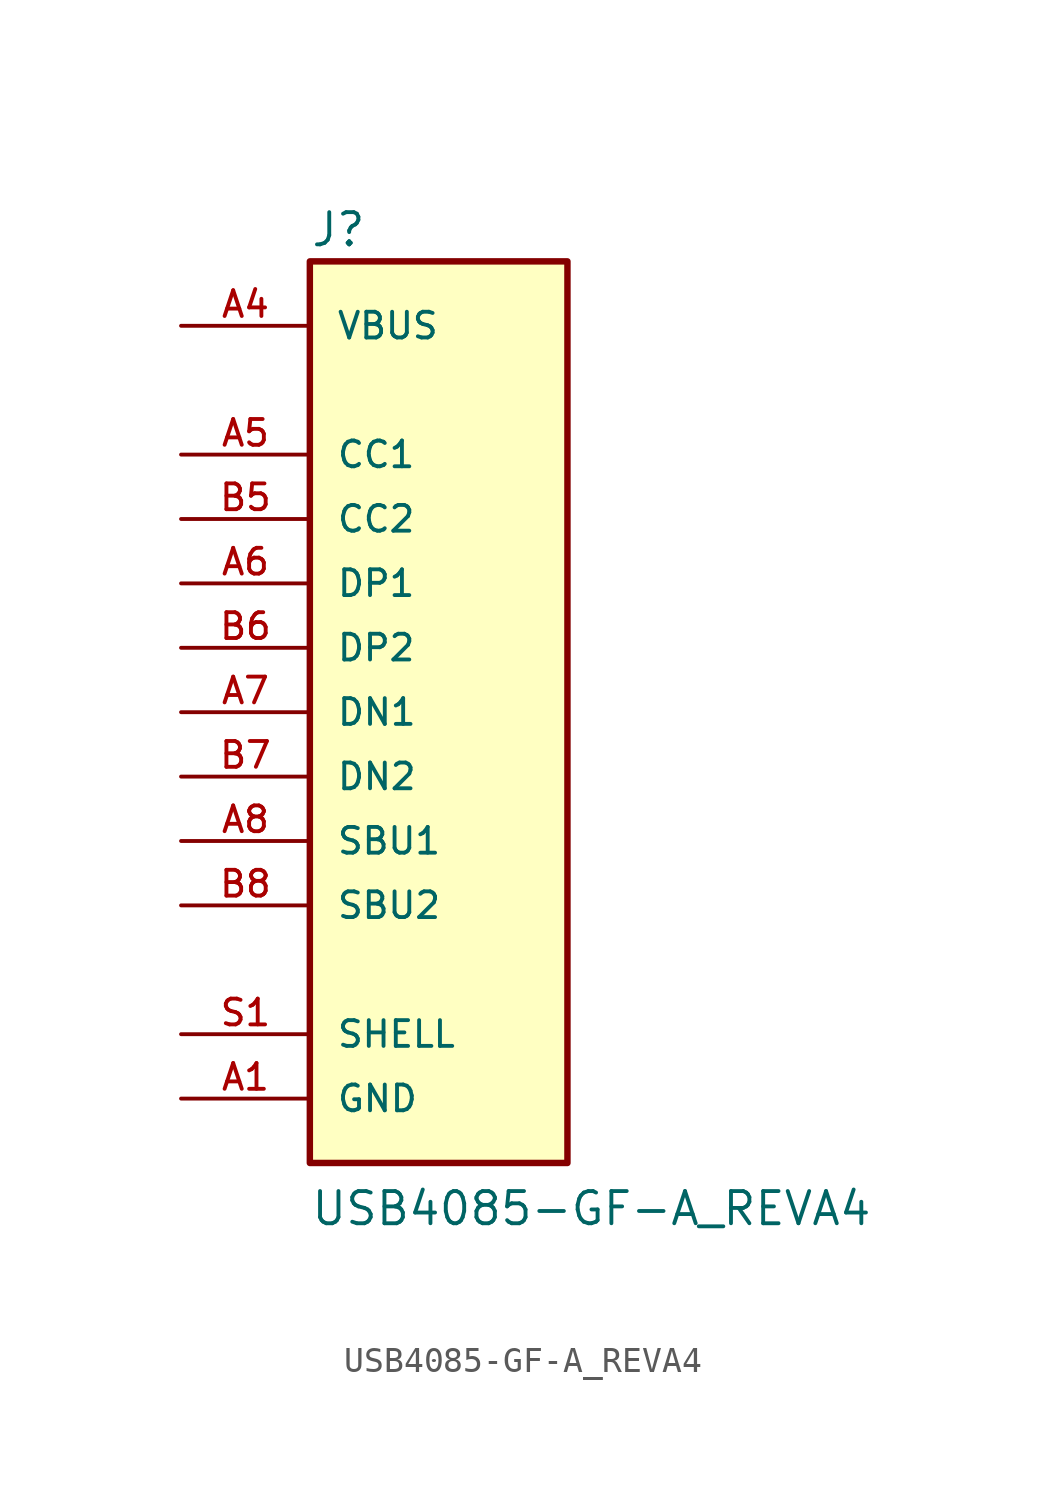
<source format=kicad_sym>
(kicad_symbol_lib
  (version 20211014)
  (generator kicad_symbol_editor)
  (symbol "USB4085-GF-A_REVA4"
    (pin_names
      (offset 1.016))
    (property "Reference" "J"
      (at -5.08 18.288 0)
      (effects (font (size 1.27 1.27)) (justify bottom left)))
    (property "Value" "USB4085-GF-A_REVA4"
      (at -5.08 -20.32 0)
      (effects (font (size 1.27 1.27)) (justify bottom left)))
    (symbol "USB4085-GF-A_REVA4_0_0"
      (rectangle (start -5.08 -17.78) (end 5.08 17.78) (stroke (width 0.254)) (fill (type background)))
      (pin power_in line (at -10.16 15.24 0) (length 5.08) (name "VBUS" (effects (font (size 1.016 1.016)))) (number "A4" (effects (font (size 1.016 1.016)))))
      (pin power_in line (at -10.16 15.24 0) (length 5.08) hide (name "VBUS" (effects (font (size 1.016 1.016)))) (number "A9" (effects (font (size 1.016 1.016)))))
      (pin power_in line (at -10.16 15.24 0) (length 5.08) hide (name "VBUS" (effects (font (size 1.016 1.016)))) (number "B4" (effects (font (size 1.016 1.016)))))
      (pin power_in line (at -10.16 15.24 0) (length 5.08) hide (name "VBUS" (effects (font (size 1.016 1.016)))) (number "B9" (effects (font (size 1.016 1.016)))))
      (pin bidirectional line (at -10.16 10.16 0) (length 5.08) (name "CC1" (effects (font (size 1.016 1.016)))) (number "A5" (effects (font (size 1.016 1.016)))))
      (pin bidirectional line (at -10.16 7.62 0) (length 5.08) (name "CC2" (effects (font (size 1.016 1.016)))) (number "B5" (effects (font (size 1.016 1.016)))))
      (pin bidirectional line (at -10.16 5.08 0) (length 5.08) (name "DP1" (effects (font (size 1.016 1.016)))) (number "A6" (effects (font (size 1.016 1.016)))))
      (pin bidirectional line (at -10.16 2.54 0) (length 5.08) (name "DP2" (effects (font (size 1.016 1.016)))) (number "B6" (effects (font (size 1.016 1.016)))))
      (pin bidirectional line (at -10.16 0.0 0) (length 5.08) (name "DN1" (effects (font (size 1.016 1.016)))) (number "A7" (effects (font (size 1.016 1.016)))))
      (pin bidirectional line (at -10.16 -2.54 0) (length 5.08) (name "DN2" (effects (font (size 1.016 1.016)))) (number "B7" (effects (font (size 1.016 1.016)))))
      (pin bidirectional line (at -10.16 -5.08 0) (length 5.08) (name "SBU1" (effects (font (size 1.016 1.016)))) (number "A8" (effects (font (size 1.016 1.016)))))
      (pin bidirectional line (at -10.16 -7.62 0) (length 5.08) (name "SBU2" (effects (font (size 1.016 1.016)))) (number "B8" (effects (font (size 1.016 1.016)))))
      (pin power_in line (at -10.16 -15.24 0) (length 5.08) (name "GND" (effects (font (size 1.016 1.016)))) (number "A1" (effects (font (size 1.016 1.016)))))
      (pin power_in line (at -10.16 -15.24 0) (length 5.08) hide (name "GND" (effects (font (size 1.016 1.016)))) (number "A12" (effects (font (size 1.016 1.016)))))
      (pin power_in line (at -10.16 -15.24 0) (length 5.08) hide (name "GND" (effects (font (size 1.016 1.016)))) (number "B1" (effects (font (size 1.016 1.016)))))
      (pin power_in line (at -10.16 -15.24 0) (length 5.08) hide (name "GND" (effects (font (size 1.016 1.016)))) (number "B12" (effects (font (size 1.016 1.016)))))
      (pin passive line (at -10.16 -12.7 0) (length 5.08) (name "SHELL" (effects (font (size 1.016 1.016)))) (number "S1" (effects (font (size 1.016 1.016)))))
      (pin passive line (at -10.16 -12.7 0) (length 5.08) hide (name "SHELL" (effects (font (size 1.016 1.016)))) (number "S2" (effects (font (size 1.016 1.016)))))
      (pin passive line (at -10.16 -12.7 0) (length 5.08) hide (name "SHELL" (effects (font (size 1.016 1.016)))) (number "S3" (effects (font (size 1.016 1.016)))))
      (pin passive line (at -10.16 -12.7 0) (length 5.08) hide (name "SHELL" (effects (font (size 1.016 1.016)))) (number "S4" (effects (font (size 1.016 1.016))))))))
</source>
